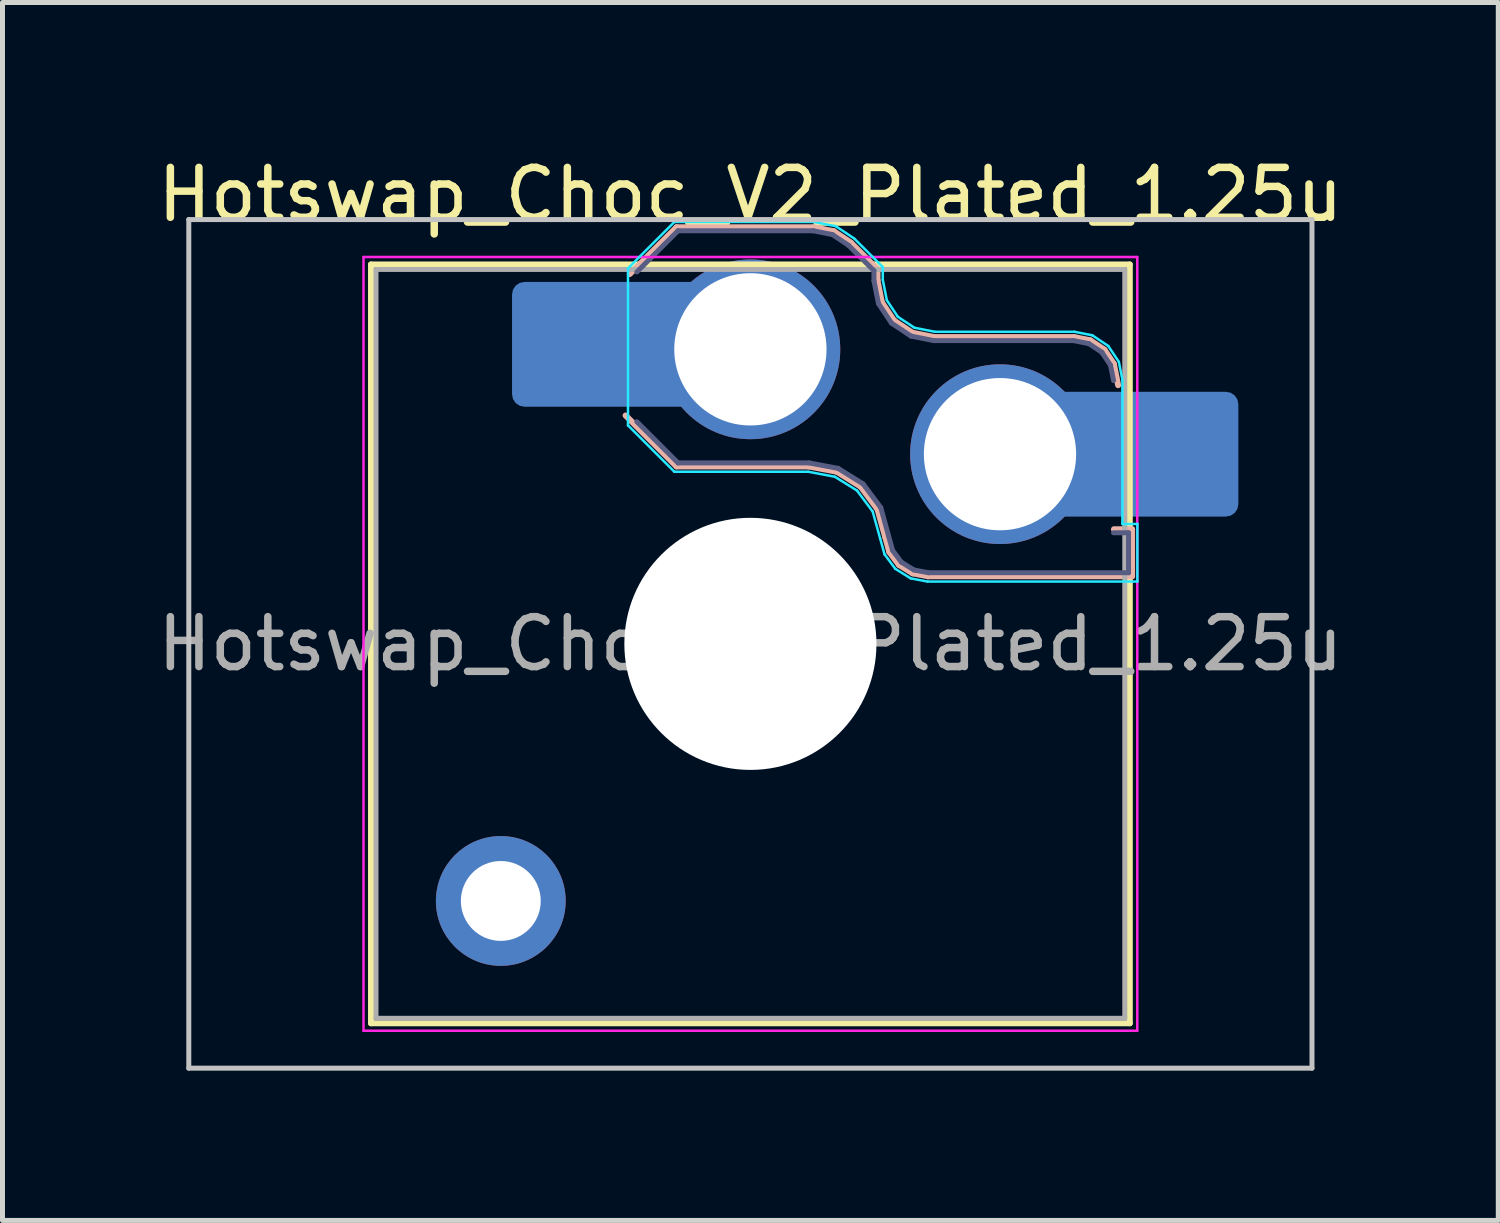
<source format=kicad_pcb>
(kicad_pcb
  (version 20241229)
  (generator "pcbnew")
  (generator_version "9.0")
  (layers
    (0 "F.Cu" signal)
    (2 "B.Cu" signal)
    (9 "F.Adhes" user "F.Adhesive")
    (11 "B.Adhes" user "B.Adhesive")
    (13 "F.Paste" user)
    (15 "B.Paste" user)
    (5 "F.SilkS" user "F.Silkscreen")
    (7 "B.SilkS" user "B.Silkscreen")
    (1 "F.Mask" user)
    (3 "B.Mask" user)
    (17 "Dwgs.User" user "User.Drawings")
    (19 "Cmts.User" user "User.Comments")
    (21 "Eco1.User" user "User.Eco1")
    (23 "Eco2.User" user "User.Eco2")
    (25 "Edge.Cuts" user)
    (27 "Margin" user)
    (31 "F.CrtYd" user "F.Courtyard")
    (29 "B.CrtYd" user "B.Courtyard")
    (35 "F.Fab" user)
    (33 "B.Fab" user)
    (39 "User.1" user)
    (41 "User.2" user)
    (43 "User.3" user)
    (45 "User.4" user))
  (footprint "Hotswap_Choc_V2_Plated_1.25u"
    (layer "F.Cu")
    (at 11.982 9.848)
    (property "Reference" "Hotswap_Choc_V2_Plated_1.25u" (at 0 -9 0) (layer "F.SilkS") (effects (font (size 1 1) (thickness 0.15))))
    (attr smd allow_soldermask_bridges)
    (fp_line (start -7.6 -7.6) (end -7.6 7.6) (stroke (width 0.12) (type solid)) (layer "F.SilkS"))
    (fp_line (start -7.6 7.6) (end 7.6 7.6) (stroke (width 0.12) (type solid)) (layer "F.SilkS"))
    (fp_line (start 7.6 -7.6) (end -7.6 -7.6) (stroke (width 0.12) (type solid)) (layer "F.SilkS"))
    (fp_line (start 7.6 7.6) (end 7.6 -7.6) (stroke (width 0.12) (type solid)) (layer "F.SilkS"))
    (fp_line (start -2.416 -7.409) (end -1.479 -8.346) (stroke (width 0.12) (type solid)) (layer "B.SilkS"))
    (fp_line (start -1.479 -8.346) (end 1.268 -8.346) (stroke (width 0.12) (type solid)) (layer "B.SilkS"))
    (fp_line (start -1.479 -3.554) (end -2.5 -4.575) (stroke (width 0.12) (type solid)) (layer "B.SilkS"))
    (fp_line (start 1.168 -3.554) (end -1.479 -3.554) (stroke (width 0.12) (type solid)) (layer "B.SilkS"))
    (fp_line (start 1.268 -8.346) (end 1.671 -8.266) (stroke (width 0.12) (type solid)) (layer "B.SilkS"))
    (fp_line (start 1.671 -8.266) (end 2.013 -8.037) (stroke (width 0.12) (type solid)) (layer "B.SilkS"))
    (fp_line (start 1.73 -3.449) (end 1.168 -3.554) (stroke (width 0.12) (type solid)) (layer "B.SilkS"))
    (fp_line (start 2.013 -8.037) (end 2.546 -7.504) (stroke (width 0.12) (type solid)) (layer "B.SilkS"))
    (fp_line (start 2.209 -3.15) (end 1.73 -3.449) (stroke (width 0.12) (type solid)) (layer "B.SilkS"))
    (fp_line (start 2.546 -7.504) (end 2.546 -7.282) (stroke (width 0.12) (type solid)) (layer "B.SilkS"))
    (fp_line (start 2.546 -7.282) (end 2.633 -6.844) (stroke (width 0.12) (type solid)) (layer "B.SilkS"))
    (fp_line (start 2.547 -2.697) (end 2.209 -3.15) (stroke (width 0.12) (type solid)) (layer "B.SilkS"))
    (fp_line (start 2.633 -6.844) (end 2.877 -6.477) (stroke (width 0.12) (type solid)) (layer "B.SilkS"))
    (fp_line (start 2.701 -2.139) (end 2.547 -2.697) (stroke (width 0.12) (type solid)) (layer "B.SilkS"))
    (fp_line (start 2.783 -1.841) (end 2.701 -2.139) (stroke (width 0.12) (type solid)) (layer "B.SilkS"))
    (fp_line (start 2.877 -6.477) (end 3.244 -6.233) (stroke (width 0.12) (type solid)) (layer "B.SilkS"))
    (fp_line (start 2.976 -1.583) (end 2.783 -1.841) (stroke (width 0.12) (type solid)) (layer "B.SilkS"))
    (fp_line (start 3.244 -6.233) (end 3.682 -6.146) (stroke (width 0.12) (type solid)) (layer "B.SilkS"))
    (fp_line (start 3.25 -1.413) (end 2.976 -1.583) (stroke (width 0.12) (type solid)) (layer "B.SilkS"))
    (fp_line (start 3.56 -1.354) (end 3.25 -1.413) (stroke (width 0.12) (type solid)) (layer "B.SilkS"))
    (fp_line (start 3.682 -6.146) (end 6.482 -6.146) (stroke (width 0.12) (type solid)) (layer "B.SilkS"))
    (fp_line (start 6.482 -6.146) (end 6.809 -6.081) (stroke (width 0.12) (type solid)) (layer "B.SilkS"))
    (fp_line (start 6.809 -6.081) (end 7.092 -5.892) (stroke (width 0.12) (type solid)) (layer "B.SilkS"))
    (fp_line (start 7.092 -5.892) (end 7.281 -5.609) (stroke (width 0.12) (type solid)) (layer "B.SilkS"))
    (fp_line (start 7.281 -5.609) (end 7.366 -5.182) (stroke (width 0.12) (type solid)) (layer "B.SilkS"))
    (fp_line (start 7.283 -2.296) (end 7.646 -2.296) (stroke (width 0.12) (type solid)) (layer "B.SilkS"))
    (fp_line (start 7.646 -2.296) (end 7.646 -1.354) (stroke (width 0.12) (type solid)) (layer "B.SilkS"))
    (fp_line (start 7.646 -1.354) (end 3.56 -1.354) (stroke (width 0.12) (type solid)) (layer "B.SilkS"))
    (fp_line (start -11.25 -8.5) (end -11.25 8.5) (stroke (width 0.1) (type solid)) (layer "Dwgs.User"))
    (fp_line (start -11.25 8.5) (end 11.25 8.5) (stroke (width 0.1) (type solid)) (layer "Dwgs.User"))
    (fp_line (start 11.25 -8.5) (end -11.25 -8.5) (stroke (width 0.1) (type solid)) (layer "Dwgs.User"))
    (fp_line (start 11.25 8.5) (end 11.25 -8.5) (stroke (width 0.1) (type solid)) (layer "Dwgs.User"))
    (fp_line (start -7.25 -7.25) (end -7.25 7.25) (stroke (width 0.1) (type solid)) (layer "Eco1.User"))
    (fp_line (start -7.25 7.25) (end 7.25 7.25) (stroke (width 0.1) (type solid)) (layer "Eco1.User"))
    (fp_line (start 7.25 -7.25) (end -7.25 -7.25) (stroke (width 0.1) (type solid)) (layer "Eco1.User"))
    (fp_line (start 7.25 7.25) (end 7.25 -7.25) (stroke (width 0.1) (type solid)) (layer "Eco1.User"))
    (fp_line (start -2.452 -7.523) (end -1.523 -8.452) (stroke (width 0.05) (type solid)) (layer "B.CrtYd"))
    (fp_line (start -2.452 -4.377) (end -2.452 -7.523) (stroke (width 0.05) (type solid)) (layer "B.CrtYd"))
    (fp_line (start -1.523 -8.452) (end 1.278 -8.452) (stroke (width 0.05) (type solid)) (layer "B.CrtYd"))
    (fp_line (start -1.523 -3.448) (end -2.452 -4.377) (stroke (width 0.05) (type solid)) (layer "B.CrtYd"))
    (fp_line (start 1.159 -3.448) (end -1.523 -3.448) (stroke (width 0.05) (type solid)) (layer "B.CrtYd"))
    (fp_line (start 1.278 -8.452) (end 1.712 -8.366) (stroke (width 0.05) (type solid)) (layer "B.CrtYd"))
    (fp_line (start 1.691 -3.348) (end 1.159 -3.448) (stroke (width 0.05) (type solid)) (layer "B.CrtYd"))
    (fp_line (start 1.712 -8.366) (end 2.081 -8.119) (stroke (width 0.05) (type solid)) (layer "B.CrtYd"))
    (fp_line (start 2.081 -8.119) (end 2.652 -7.548) (stroke (width 0.05) (type solid)) (layer "B.CrtYd"))
    (fp_line (start 2.136 -3.071) (end 1.691 -3.348) (stroke (width 0.05) (type solid)) (layer "B.CrtYd"))
    (fp_line (start 2.45 -2.65) (end 2.136 -3.071) (stroke (width 0.05) (type solid)) (layer "B.CrtYd"))
    (fp_line (start 2.599 -2.111) (end 2.45 -2.65) (stroke (width 0.05) (type solid)) (layer "B.CrtYd"))
    (fp_line (start 2.652 -7.548) (end 2.652 -7.292) (stroke (width 0.05) (type solid)) (layer "B.CrtYd"))
    (fp_line (start 2.652 -7.292) (end 2.733 -6.885) (stroke (width 0.05) (type solid)) (layer "B.CrtYd"))
    (fp_line (start 2.687 -1.794) (end 2.599 -2.111) (stroke (width 0.05) (type solid)) (layer "B.CrtYd"))
    (fp_line (start 2.733 -6.885) (end 2.953 -6.553) (stroke (width 0.05) (type solid)) (layer "B.CrtYd"))
    (fp_line (start 2.903 -1.503) (end 2.687 -1.794) (stroke (width 0.05) (type solid)) (layer "B.CrtYd"))
    (fp_line (start 2.953 -6.553) (end 3.285 -6.333) (stroke (width 0.05) (type solid)) (layer "B.CrtYd"))
    (fp_line (start 3.211 -1.312) (end 2.903 -1.503) (stroke (width 0.05) (type solid)) (layer "B.CrtYd"))
    (fp_line (start 3.285 -6.333) (end 3.692 -6.252) (stroke (width 0.05) (type solid)) (layer "B.CrtYd"))
    (fp_line (start 3.55 -1.248) (end 3.211 -1.312) (stroke (width 0.05) (type solid)) (layer "B.CrtYd"))
    (fp_line (start 3.692 -6.252) (end 6.492 -6.252) (stroke (width 0.05) (type solid)) (layer "B.CrtYd"))
    (fp_line (start 6.492 -6.252) (end 6.85 -6.181) (stroke (width 0.05) (type solid)) (layer "B.CrtYd"))
    (fp_line (start 6.85 -6.181) (end 7.168 -5.968) (stroke (width 0.05) (type solid)) (layer "B.CrtYd"))
    (fp_line (start 7.168 -5.968) (end 7.381 -5.65) (stroke (width 0.05) (type solid)) (layer "B.CrtYd"))
    (fp_line (start 7.381 -5.65) (end 7.452 -5.292) (stroke (width 0.05) (type solid)) (layer "B.CrtYd"))
    (fp_line (start 7.452 -5.292) (end 7.452 -2.402) (stroke (width 0.05) (type solid)) (layer "B.CrtYd"))
    (fp_line (start 7.452 -2.402) (end 7.752 -2.402) (stroke (width 0.05) (type solid)) (layer "B.CrtYd"))
    (fp_line (start 7.752 -2.402) (end 7.752 -1.248) (stroke (width 0.05) (type solid)) (layer "B.CrtYd"))
    (fp_line (start 7.752 -1.248) (end 3.55 -1.248) (stroke (width 0.05) (type solid)) (layer "B.CrtYd"))
    (fp_line (start -7.75 -7.75) (end -7.75 7.75) (stroke (width 0.05) (type solid)) (layer "F.CrtYd"))
    (fp_line (start -7.75 7.75) (end 7.75 7.75) (stroke (width 0.05) (type solid)) (layer "F.CrtYd"))
    (fp_line (start 7.75 -7.75) (end -7.75 -7.75) (stroke (width 0.05) (type solid)) (layer "F.CrtYd"))
    (fp_line (start 7.75 7.75) (end 7.75 -7.75) (stroke (width 0.05) (type solid)) (layer "F.CrtYd"))
    (fp_line (start -2.275 -7.45) (end -1.45 -8.275) (stroke (width 0.1) (type solid)) (layer "B.Fab"))
    (fp_line (start -1.45 -8.275) (end 1.261 -8.275) (stroke (width 0.1) (type solid)) (layer "B.Fab"))
    (fp_line (start -1.45 -3.625) (end -2.275 -4.45) (stroke (width 0.1) (type solid)) (layer "B.Fab"))
    (fp_line (start 1.175 -3.625) (end -1.45 -3.625) (stroke (width 0.1) (type solid)) (layer "B.Fab"))
    (fp_line (start 1.261 -8.275) (end 1.643 -8.199) (stroke (width 0.1) (type solid)) (layer "B.Fab"))
    (fp_line (start 1.643 -8.199) (end 1.968 -7.982) (stroke (width 0.1) (type solid)) (layer "B.Fab"))
    (fp_line (start 1.756 -3.516) (end 1.175 -3.625) (stroke (width 0.1) (type solid)) (layer "B.Fab"))
    (fp_line (start 1.968 -7.982) (end 2.475 -7.475) (stroke (width 0.1) (type solid)) (layer "B.Fab"))
    (fp_line (start 2.258 -3.203) (end 1.756 -3.516) (stroke (width 0.1) (type solid)) (layer "B.Fab"))
    (fp_line (start 2.475 -7.475) (end 2.475 -7.275) (stroke (width 0.1) (type solid)) (layer "B.Fab"))
    (fp_line (start 2.475 -7.275) (end 2.566 -6.816) (stroke (width 0.1) (type solid)) (layer "B.Fab"))
    (fp_line (start 2.566 -6.816) (end 2.826 -6.426) (stroke (width 0.1) (type solid)) (layer "B.Fab"))
    (fp_line (start 2.612 -2.729) (end 2.258 -3.203) (stroke (width 0.1) (type solid)) (layer "B.Fab"))
    (fp_line (start 2.769 -2.158) (end 2.612 -2.729) (stroke (width 0.1) (type solid)) (layer "B.Fab"))
    (fp_line (start 2.826 -6.426) (end 3.216 -6.166) (stroke (width 0.1) (type solid)) (layer "B.Fab"))
    (fp_line (start 2.848 -1.873) (end 2.769 -2.158) (stroke (width 0.1) (type solid)) (layer "B.Fab"))
    (fp_line (start 3.025 -1.636) (end 2.848 -1.873) (stroke (width 0.1) (type solid)) (layer "B.Fab"))
    (fp_line (start 3.216 -6.166) (end 3.675 -6.075) (stroke (width 0.1) (type solid)) (layer "B.Fab"))
    (fp_line (start 3.276 -1.48) (end 3.025 -1.636) (stroke (width 0.1) (type solid)) (layer "B.Fab"))
    (fp_line (start 3.567 -1.425) (end 3.276 -1.48) (stroke (width 0.1) (type solid)) (layer "B.Fab"))
    (fp_line (start 3.675 -6.075) (end 6.475 -6.075) (stroke (width 0.1) (type solid)) (layer "B.Fab"))
    (fp_line (start 6.475 -6.075) (end 6.781 -6.014) (stroke (width 0.1) (type solid)) (layer "B.Fab"))
    (fp_line (start 6.781 -6.014) (end 7.041 -5.841) (stroke (width 0.1) (type solid)) (layer "B.Fab"))
    (fp_line (start 7.041 -5.841) (end 7.214 -5.581) (stroke (width 0.1) (type solid)) (layer "B.Fab"))
    (fp_line (start 7.214 -5.581) (end 7.275 -5.275) (stroke (width 0.1) (type solid)) (layer "B.Fab"))
    (fp_line (start 7.275 -2.225) (end 7.575 -2.225) (stroke (width 0.1) (type solid)) (layer "B.Fab"))
    (fp_line (start 7.575 -2.225) (end 7.575 -1.425) (stroke (width 0.1) (type solid)) (layer "B.Fab"))
    (fp_line (start 7.575 -1.425) (end 3.567 -1.425) (stroke (width 0.1) (type solid)) (layer "B.Fab"))
    (fp_line (start -7.5 -7.5) (end -7.5 7.5) (stroke (width 0.1) (type solid)) (layer "F.Fab"))
    (fp_line (start -7.5 7.5) (end 7.5 7.5) (stroke (width 0.1) (type solid)) (layer "F.Fab"))
    (fp_line (start 7.5 -7.5) (end -7.5 -7.5) (stroke (width 0.1) (type solid)) (layer "F.Fab"))
    (fp_line (start 7.5 7.5) (end 7.5 -7.5) (stroke (width 0.1) (type solid)) (layer "F.Fab"))
    (fp_text user "${REFERENCE}" (at 0 0 0) (layer "F.Fab") (effects (font (size 1 1) (thickness 0.15))))
    (pad "" thru_hole circle (at -5 5.15) (size 2.6 2.6) (drill 1.6) (layers "*.Cu" "*.Mask"))
    (pad "" smd roundrect (at -3.5 -6) (size 2.55 2.5) (layers "B.Mask" "B.Paste") (roundrect_rratio 0.1))
    (pad "" np_thru_hole circle (at 0 0) (size 5.05 5.05) (drill 5.05) (layers "*.Cu" "*.Mask"))
    (pad "" smd roundrect (at 8.5 -3.8) (size 2.55 2.5) (layers "B.Mask" "B.Paste") (roundrect_rratio 0.1))
    (pad "1" smd roundrect (at -2.85 -6) (size 3.85 2.5) (layers "B.Cu") (roundrect_rratio 0.1))
    (pad "1" thru_hole circle (at 0 -5.9) (size 3.6 3.6) (drill 3.05) (layers "*.Cu" "*.Mask"))
    (pad "2" thru_hole circle (at 5 -3.8) (size 3.6 3.6) (drill 3.05) (layers "*.Cu" "*.Mask"))
    (pad "2" smd roundrect (at 7.85 -3.8) (size 3.85 2.5) (layers "B.Cu") (roundrect_rratio 0.1)))
  (gr_rect
    (start -3 -3)
    (end 26.964 21.398)
    (stroke (width 0.1) (type default))
    (fill no)
    (layer "Edge.Cuts")))
</source>
